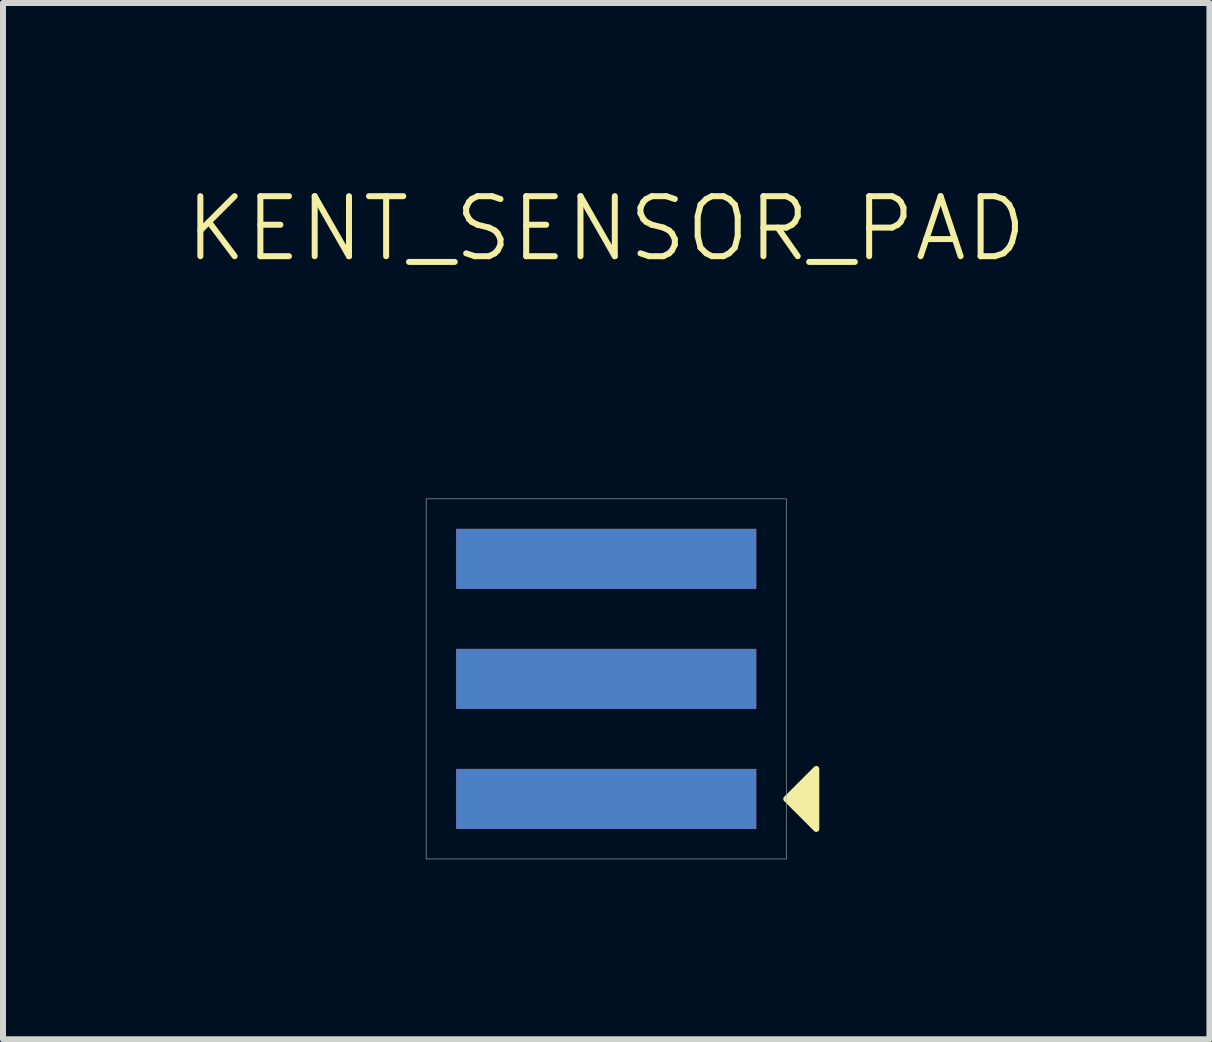
<source format=kicad_pcb>
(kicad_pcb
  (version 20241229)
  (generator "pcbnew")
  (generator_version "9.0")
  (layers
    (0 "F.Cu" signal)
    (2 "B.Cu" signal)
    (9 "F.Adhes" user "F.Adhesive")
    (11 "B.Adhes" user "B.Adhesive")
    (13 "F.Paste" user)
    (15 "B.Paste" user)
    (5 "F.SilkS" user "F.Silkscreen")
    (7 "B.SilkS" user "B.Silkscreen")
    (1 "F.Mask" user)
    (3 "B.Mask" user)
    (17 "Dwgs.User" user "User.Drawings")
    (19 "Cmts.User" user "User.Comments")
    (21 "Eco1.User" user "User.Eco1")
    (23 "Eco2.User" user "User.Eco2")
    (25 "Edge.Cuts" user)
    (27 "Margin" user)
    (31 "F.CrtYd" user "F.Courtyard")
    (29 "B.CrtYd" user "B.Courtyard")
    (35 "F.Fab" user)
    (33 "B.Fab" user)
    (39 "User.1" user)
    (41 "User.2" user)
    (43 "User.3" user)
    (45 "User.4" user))
  (footprint "KENT_SENSOR_PAD"
    (layer "F.Cu")
    (at 7.05 8.261)
    (property "Reference" "KENT_SENSOR_PAD" (at 0 -7.5 0) (unlocked yes) (layer "F.SilkS") (effects (font (size 1 1) (thickness 0.1))))
    (attr smd)
    (fp_poly (pts (xy 3 2) (xy 3.5 1.5) (xy 3.5 2.5)) (stroke (width 0.1) (type solid)) (fill yes) (layer "F.SilkS"))
    (fp_rect (start -3 -3) (end 3 3) (stroke (width 0.01) (type default)) (fill no) (layer "F.Fab"))
    (pad "1" smd rect (at 0 2) (size 5 1) (layers "F.Cu" "F.Mask" "F.Paste"))
    (pad "2" smd rect (at 0 0) (size 5 1) (layers "F.Cu" "F.Mask" "F.Paste"))
    (pad "3" smd rect (at 0 -2) (size 5 1) (layers "F.Cu" "F.Mask" "F.Paste"))
    (pad "4" smd rect (at 0 -2) (size 5 1) (layers "B.Cu" "B.Mask" "B.Paste"))
    (pad "5" smd rect (at 0 0) (size 5 1) (layers "B.Cu" "B.Mask" "B.Paste"))
    (pad "6" smd rect (at 0 2) (size 5 1) (layers "B.Cu" "B.Mask" "B.Paste"))
    (zone (net_name "") (layers "F.Cu" "B.Cu") (hatch edge 0.5) (connect_pads) (min_thickness 0.25) (filled_areas_thickness no) (keepout (tracks allowed) (vias allowed) (pads allowed) (copperpour not_allowed) (footprints allowed)) (placement (enabled no)) (fill) (polygon (pts (xy 4.55 5.761) (xy 9.55 5.761) (xy 9.55 10.761) (xy 4.55 10.761)))))
  (gr_rect
    (start -3 -3)
    (end 17.1 14.265)
    (stroke (width 0.1) (type default))
    (fill no)
    (layer "Edge.Cuts")))
</source>
